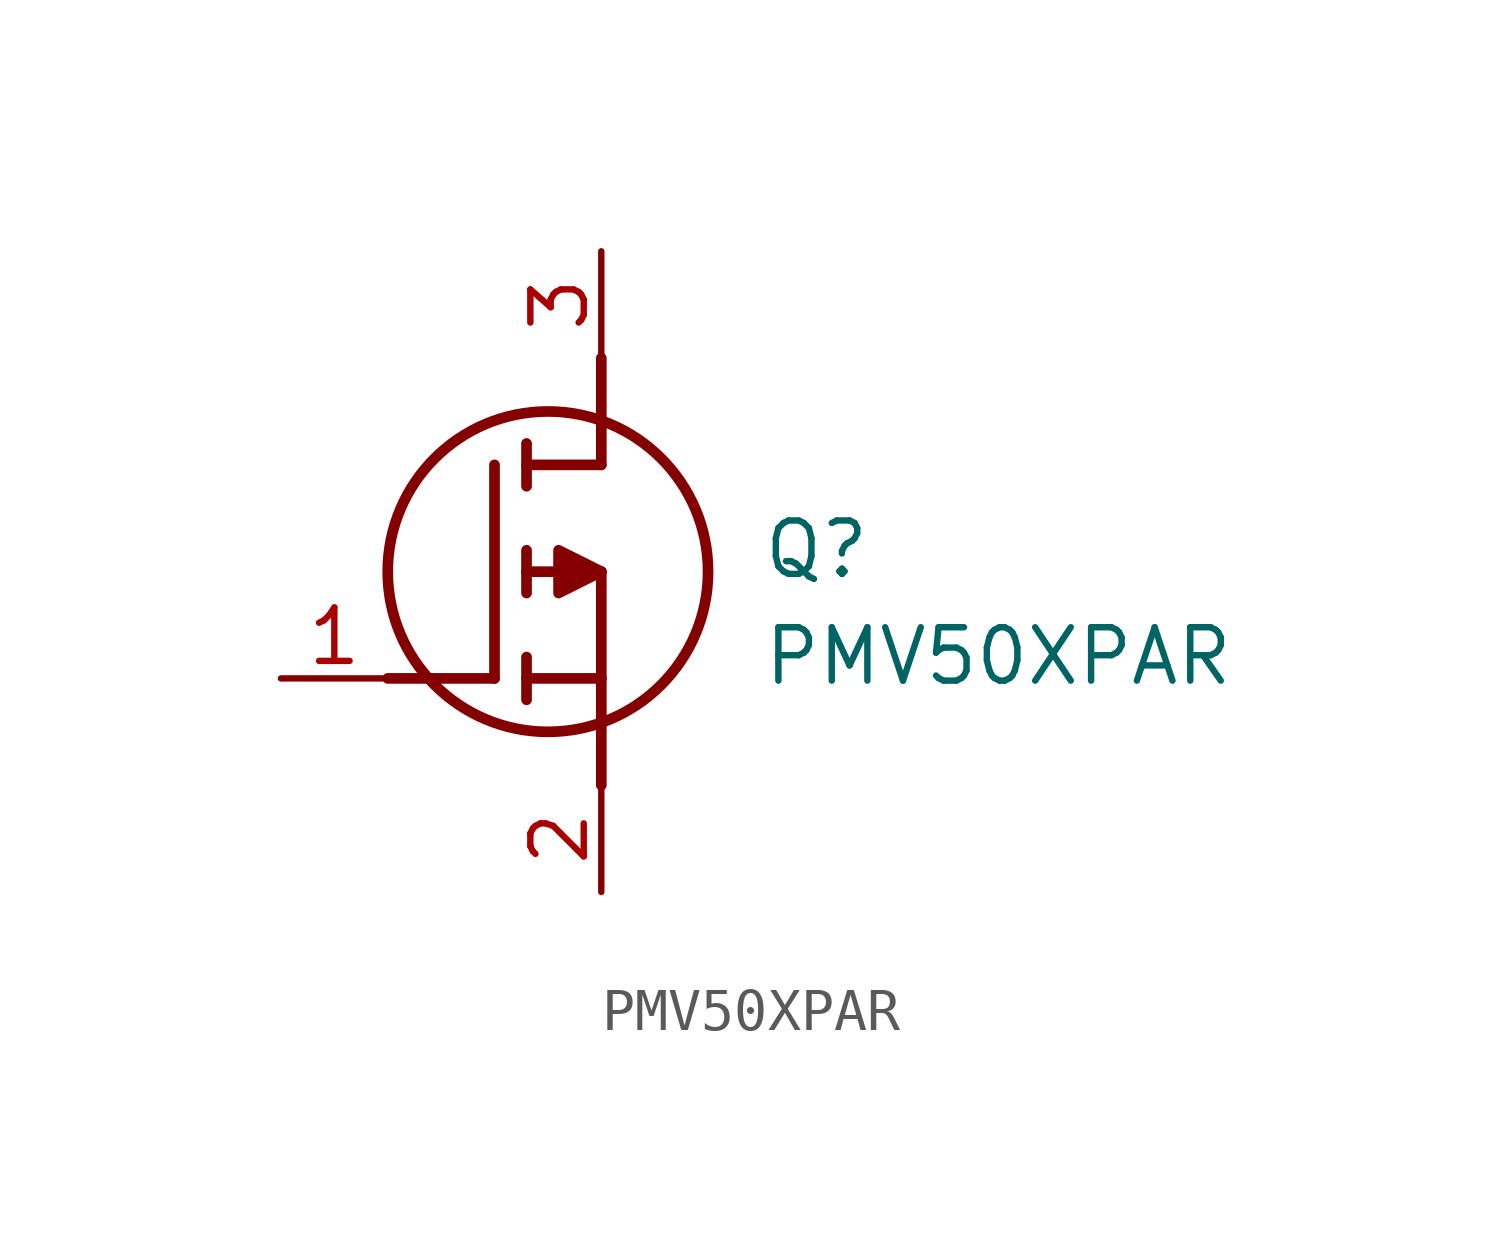
<source format=kicad_sym>
(kicad_symbol_lib
  (version 20211014)
  (generator SamacSys_ECAD_Model)
  (symbol "PMV50XPAR"
    (pin_names hide)
    (property "Reference" "Q"
      (at 11.43 3.81 0)
      (effects (font (size 1.27 1.27)) (justify left top)))
    (property "Value" "PMV50XPAR"
      (at 11.43 1.27 0)
      (effects (font (size 1.27 1.27)) (justify left top)))
    (polyline
      (pts (xy 7.62 2.54) (xy 7.62 -2.54))
      (stroke (width 0.254) (type default))
      (fill (type none)))
    (polyline
      (pts (xy 7.62 5.08) (xy 7.62 7.62))
      (stroke (width 0.254) (type default))
      (fill (type none)))
    (polyline
      (pts (xy 2.54 0) (xy 5.08 0))
      (stroke (width 0.254) (type default))
      (fill (type none)))
    (polyline
      (pts (xy 5.08 5.08) (xy 5.08 0))
      (stroke (width 0.254) (type default))
      (fill (type none)))
    (polyline
      (pts (xy 7.62 2.54) (xy 5.842 2.54))
      (stroke (width 0.254) (type default))
      (fill (type none)))
    (polyline
      (pts (xy 7.62 5.08) (xy 5.842 5.08))
      (stroke (width 0.254) (type default))
      (fill (type none)))
    (polyline
      (pts (xy 5.842 0) (xy 7.62 0))
      (stroke (width 0.254) (type default))
      (fill (type none)))
    (polyline
      (pts (xy 5.842 5.588) (xy 5.842 4.572))
      (stroke (width 0.254) (type default))
      (fill (type none)))
    (polyline
      (pts (xy 5.842 -0.508) (xy 5.842 0.508))
      (stroke (width 0.254) (type default))
      (fill (type none)))
    (polyline
      (pts (xy 5.842 2.032) (xy 5.842 3.048))
      (stroke (width 0.254) (type default))
      (fill (type none)))
    (circle
      (center 6.35 2.54)
      (radius 3.81)
      (stroke (width 0.254) (type default))
      (fill (type none)))
    (polyline
      (pts (xy 7.62 2.54) (xy 6.604 3.048) (xy 6.604 2.032) (xy 7.62 2.54))
      (stroke (width 0.254) (type default))
      (fill (type outline)))
    (pin passive line
      (at 0 0 0)
      (length 2.54)
      (name "G" (effects (font (size 1.27 1.27))))
      (number "1" (effects (font (size 1.27 1.27)))))
    (pin passive line
      (at 7.62 10.16 270)
      (length 2.54)
      (name "D" (effects (font (size 1.27 1.27))))
      (number "3" (effects (font (size 1.27 1.27)))))
    (pin passive line
      (at 7.62 -5.08 90)
      (length 2.54)
      (name "S" (effects (font (size 1.27 1.27))))
      (number "2" (effects (font (size 1.27 1.27)))))))
</source>
